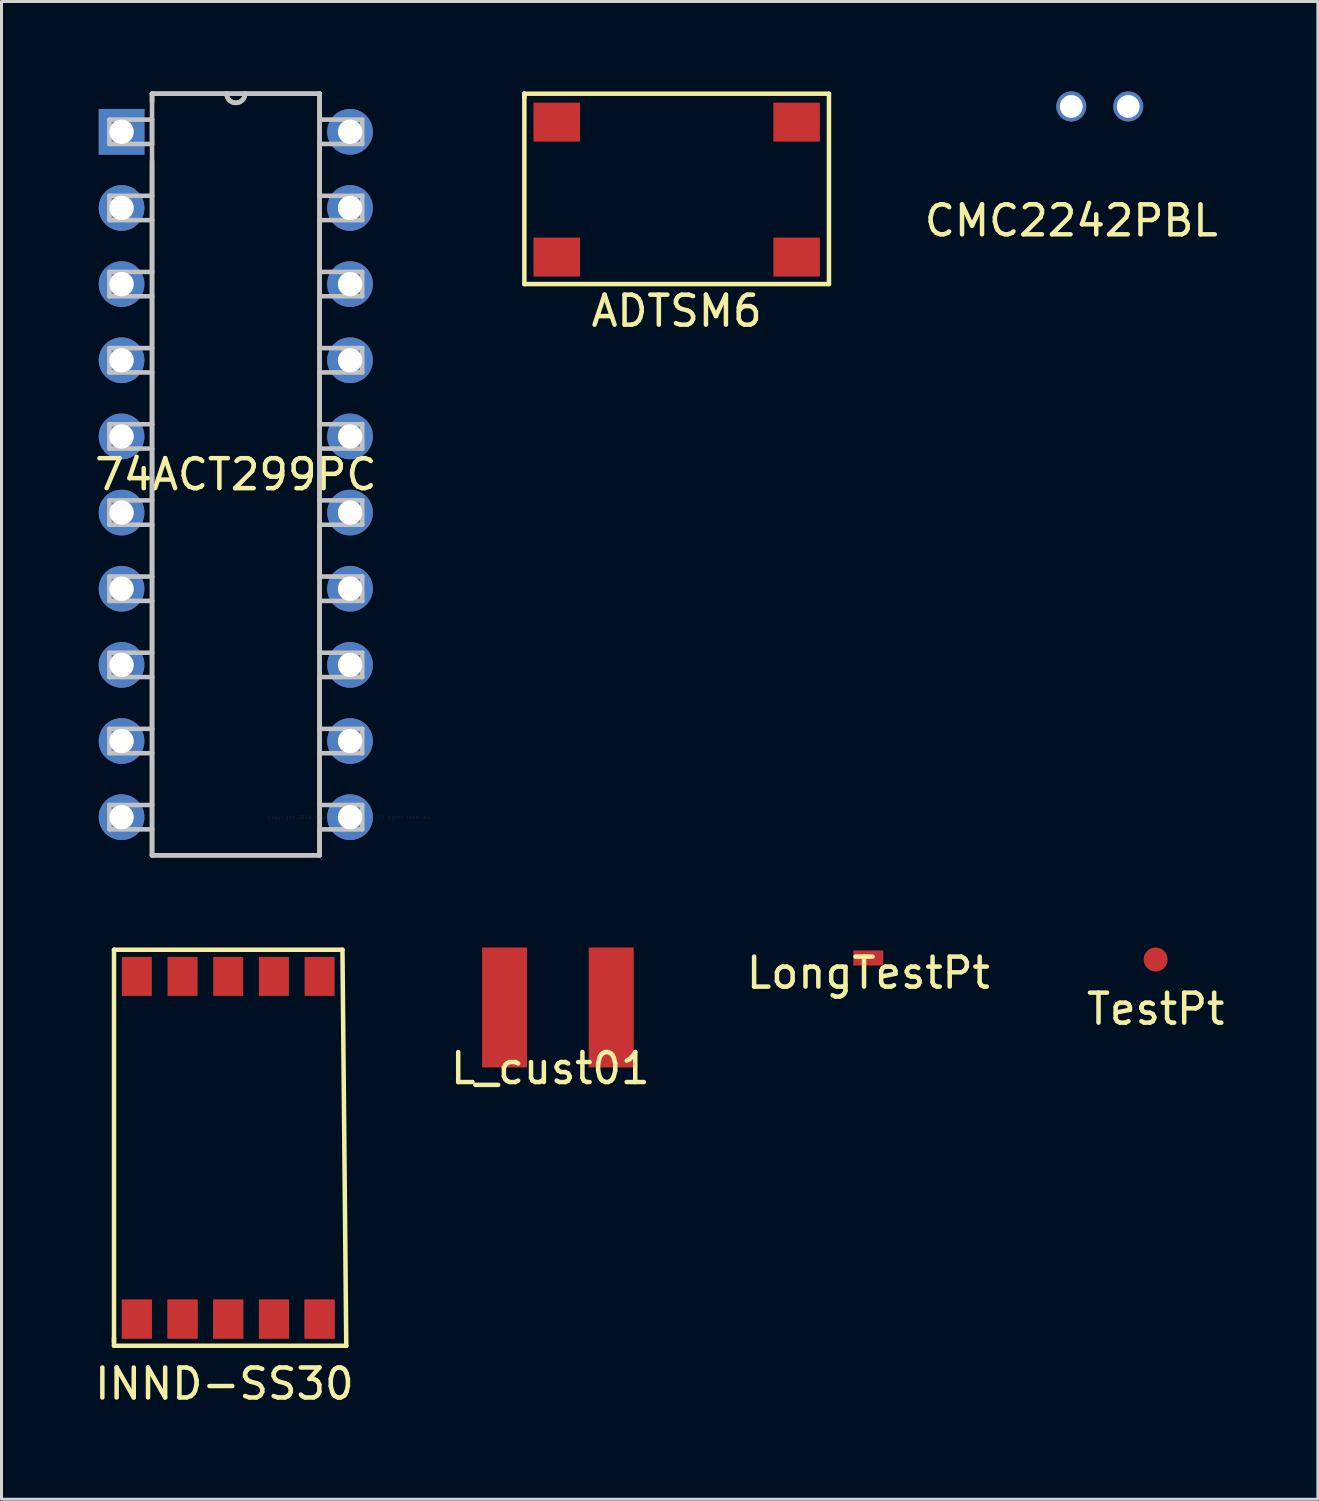
<source format=kicad_pcb>
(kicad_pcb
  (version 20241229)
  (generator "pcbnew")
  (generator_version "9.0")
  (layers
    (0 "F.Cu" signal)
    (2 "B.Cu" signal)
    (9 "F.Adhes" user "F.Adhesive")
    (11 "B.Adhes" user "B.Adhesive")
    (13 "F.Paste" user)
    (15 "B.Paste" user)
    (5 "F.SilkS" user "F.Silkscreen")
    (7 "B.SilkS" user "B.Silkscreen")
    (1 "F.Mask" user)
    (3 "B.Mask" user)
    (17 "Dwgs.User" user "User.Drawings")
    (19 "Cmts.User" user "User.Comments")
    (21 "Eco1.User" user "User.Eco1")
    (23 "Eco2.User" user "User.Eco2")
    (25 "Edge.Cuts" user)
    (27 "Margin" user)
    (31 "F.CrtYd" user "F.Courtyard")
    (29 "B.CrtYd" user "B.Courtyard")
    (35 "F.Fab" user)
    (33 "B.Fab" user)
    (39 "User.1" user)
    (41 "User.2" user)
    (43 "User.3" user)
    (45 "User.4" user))
  (footprint "ADTSM6"
    (layer "F.Cu")
    (at 19.519 3.123)
    (property "Reference" "ADTSM6" (at 0 4.2 0) (layer "F.SilkS") (effects (font (size 1 1) (thickness 0.15))))
    (attr through_hole)
    (fp_line (start -5.08 -3.048) (end -5.08 -2.921) (stroke (width 0.15) (type solid)) (layer "F.SilkS"))
    (fp_line (start -5.08 -3.048) (end 5.08 -3.048) (stroke (width 0.15) (type solid)) (layer "F.SilkS"))
    (fp_line (start -5.08 3.302) (end -5.08 -3.048) (stroke (width 0.15) (type solid)) (layer "F.SilkS"))
    (fp_line (start 5.08 -3.048) (end 5.08 3.302) (stroke (width 0.15) (type solid)) (layer "F.SilkS"))
    (fp_line (start 5.08 3.302) (end -5.08 3.302) (stroke (width 0.15) (type solid)) (layer "F.SilkS"))
    (pad "1" smd rect (at -4 -2.1) (size 1.55 1.3) (layers "F.Cu" "F.Mask" "F.Paste"))
    (pad "2" smd rect (at 4 -2.1) (size 1.55 1.3) (layers "F.Cu" "F.Mask" "F.Paste"))
    (pad "3" smd rect (at -4 2.4) (size 1.55 1.3) (layers "F.Cu" "F.Mask" "F.Paste"))
    (pad "4" smd rect (at 4 2.4) (size 1.55 1.3) (layers "F.Cu" "F.Mask" "F.Paste")))
  (footprint "TestPt"
    (layer "F.Cu")
    (at 35.494 28.952)
    (property "Reference" "TestPt" (at 0 1.651 0) (layer "F.SilkS") (effects (font (size 1 1) (thickness 0.15))))
    (attr through_hole)
    (pad "1" smd circle (at 0 0) (size 0.8 0.8) (layers "F.Cu" "F.Mask" "F.Paste")))
  (footprint "LongTestPt"
    (layer "F.Cu")
    (at 25.911 28.901)
    (property "Reference" "LongTestPt" (at 0 0.5 0) (layer "F.SilkS") (effects (font (size 1 1) (thickness 0.15))))
    (attr through_hole)
    (pad "1" smd rect (at 0 0) (size 1 0.5) (layers "F.Cu" "F.Mask" "F.Paste")))
  (footprint "L_cust01"
    (layer "F.Cu")
    (at 15.304 30.552)
    (property "Reference" "L_cust01" (at 0 2.032 0) (layer "F.SilkS") (effects (font (size 1 1) (thickness 0.15))))
    (attr through_hole)
    (pad "1" smd rect (at -1.524 0) (size 1.5 4) (layers "F.Cu" "F.Mask" "F.Paste"))
    (pad "2" smd rect (at 2.032 0) (size 1.5 4) (layers "F.Cu" "F.Mask" "F.Paste")))
  (footprint "74ACT299PC"
    (layer "F.Cu")
    (at 8.625 24.206)
    (property "Reference" "74ACT299PC" (at -3.81 -11.43 0) (layer "F.SilkS") (effects (font (size 1 1) (thickness 0.15))))
    (attr through_hole)
    (fp_line (start -6.604 -24.13) (end -6.604 -23.837) (stroke (width 0.152) (type solid)) (layer "F.SilkS"))
    (fp_line (start -6.604 -21.883) (end -6.604 -20.728) (stroke (width 0.152) (type solid)) (layer "F.SilkS"))
    (fp_line (start -6.604 -19.912) (end -6.604 -18.188) (stroke (width 0.152) (type solid)) (layer "F.SilkS"))
    (fp_line (start -6.604 -17.372) (end -6.604 -15.648) (stroke (width 0.152) (type solid)) (layer "F.SilkS"))
    (fp_line (start -6.604 -14.832) (end -6.604 -13.108) (stroke (width 0.152) (type solid)) (layer "F.SilkS"))
    (fp_line (start -6.604 -12.292) (end -6.604 -10.568) (stroke (width 0.152) (type solid)) (layer "F.SilkS"))
    (fp_line (start -6.604 -9.752) (end -6.604 -8.028) (stroke (width 0.152) (type solid)) (layer "F.SilkS"))
    (fp_line (start -6.604 -7.212) (end -6.604 -5.488) (stroke (width 0.152) (type solid)) (layer "F.SilkS"))
    (fp_line (start -6.604 -4.672) (end -6.604 -2.948) (stroke (width 0.152) (type solid)) (layer "F.SilkS"))
    (fp_line (start -6.604 -2.132) (end -6.604 -0.408) (stroke (width 0.152) (type solid)) (layer "F.SilkS"))
    (fp_line (start -6.604 0.408) (end -6.604 1.27) (stroke (width 0.152) (type solid)) (layer "F.SilkS"))
    (fp_line (start -6.604 1.27) (end -1.016 1.27) (stroke (width 0.152) (type solid)) (layer "F.SilkS"))
    (fp_line (start -1.016 -24.13) (end -6.604 -24.13) (stroke (width 0.152) (type solid)) (layer "F.SilkS"))
    (fp_line (start -1.016 -23.268) (end -1.016 -24.13) (stroke (width 0.152) (type solid)) (layer "F.SilkS"))
    (fp_line (start -1.016 -20.728) (end -1.016 -22.452) (stroke (width 0.152) (type solid)) (layer "F.SilkS"))
    (fp_line (start -1.016 -18.188) (end -1.016 -19.912) (stroke (width 0.152) (type solid)) (layer "F.SilkS"))
    (fp_line (start -1.016 -15.648) (end -1.016 -17.372) (stroke (width 0.152) (type solid)) (layer "F.SilkS"))
    (fp_line (start -1.016 -13.108) (end -1.016 -14.832) (stroke (width 0.152) (type solid)) (layer "F.SilkS"))
    (fp_line (start -1.016 -10.568) (end -1.016 -12.292) (stroke (width 0.152) (type solid)) (layer "F.SilkS"))
    (fp_line (start -1.016 -8.028) (end -1.016 -9.752) (stroke (width 0.152) (type solid)) (layer "F.SilkS"))
    (fp_line (start -1.016 -5.488) (end -1.016 -7.212) (stroke (width 0.152) (type solid)) (layer "F.SilkS"))
    (fp_line (start -1.016 -2.948) (end -1.016 -4.672) (stroke (width 0.152) (type solid)) (layer "F.SilkS"))
    (fp_line (start -1.016 -0.408) (end -1.016 -2.132) (stroke (width 0.152) (type solid)) (layer "F.SilkS"))
    (fp_line (start -1.016 1.27) (end -1.016 0.408) (stroke (width 0.152) (type solid)) (layer "F.SilkS"))
    (fp_arc (start -3.5052 -24.13) (mid -3.81 -23.8252) (end -4.1148 -24.13) (stroke (width 0.1524) (type solid)) (layer "F.SilkS"))
    (fp_line (start -8.026 -23.266) (end -8.026 -22.454) (stroke (width 0.152) (type solid)) (layer "Dwgs.User"))
    (fp_line (start -8.026 -22.454) (end -6.604 -22.454) (stroke (width 0.152) (type solid)) (layer "Dwgs.User"))
    (fp_line (start -8.026 -20.726) (end -8.026 -19.914) (stroke (width 0.152) (type solid)) (layer "Dwgs.User"))
    (fp_line (start -8.026 -19.914) (end -6.604 -19.914) (stroke (width 0.152) (type solid)) (layer "Dwgs.User"))
    (fp_line (start -8.026 -18.186) (end -8.026 -17.374) (stroke (width 0.152) (type solid)) (layer "Dwgs.User"))
    (fp_line (start -8.026 -17.374) (end -6.604 -17.374) (stroke (width 0.152) (type solid)) (layer "Dwgs.User"))
    (fp_line (start -8.026 -15.646) (end -8.026 -14.834) (stroke (width 0.152) (type solid)) (layer "Dwgs.User"))
    (fp_line (start -8.026 -14.834) (end -6.604 -14.834) (stroke (width 0.152) (type solid)) (layer "Dwgs.User"))
    (fp_line (start -8.026 -13.106) (end -8.026 -12.294) (stroke (width 0.152) (type solid)) (layer "Dwgs.User"))
    (fp_line (start -8.026 -12.294) (end -6.604 -12.294) (stroke (width 0.152) (type solid)) (layer "Dwgs.User"))
    (fp_line (start -8.026 -10.566) (end -8.026 -9.754) (stroke (width 0.152) (type solid)) (layer "Dwgs.User"))
    (fp_line (start -8.026 -9.754) (end -6.604 -9.754) (stroke (width 0.152) (type solid)) (layer "Dwgs.User"))
    (fp_line (start -8.026 -8.026) (end -8.026 -7.214) (stroke (width 0.152) (type solid)) (layer "Dwgs.User"))
    (fp_line (start -8.026 -7.214) (end -6.604 -7.214) (stroke (width 0.152) (type solid)) (layer "Dwgs.User"))
    (fp_line (start -8.026 -5.486) (end -8.026 -4.674) (stroke (width 0.152) (type solid)) (layer "Dwgs.User"))
    (fp_line (start -8.026 -4.674) (end -6.604 -4.674) (stroke (width 0.152) (type solid)) (layer "Dwgs.User"))
    (fp_line (start -8.026 -2.946) (end -8.026 -2.134) (stroke (width 0.152) (type solid)) (layer "Dwgs.User"))
    (fp_line (start -8.026 -2.134) (end -6.604 -2.134) (stroke (width 0.152) (type solid)) (layer "Dwgs.User"))
    (fp_line (start -8.026 -0.406) (end -8.026 0.406) (stroke (width 0.152) (type solid)) (layer "Dwgs.User"))
    (fp_line (start -8.026 0.406) (end -6.604 0.406) (stroke (width 0.152) (type solid)) (layer "Dwgs.User"))
    (fp_line (start -6.604 -24.13) (end -6.604 1.27) (stroke (width 0.152) (type solid)) (layer "Dwgs.User"))
    (fp_line (start -6.604 -23.266) (end -8.026 -23.266) (stroke (width 0.152) (type solid)) (layer "Dwgs.User"))
    (fp_line (start -6.604 -22.454) (end -6.604 -23.266) (stroke (width 0.152) (type solid)) (layer "Dwgs.User"))
    (fp_line (start -6.604 -20.726) (end -8.026 -20.726) (stroke (width 0.152) (type solid)) (layer "Dwgs.User"))
    (fp_line (start -6.604 -19.914) (end -6.604 -20.726) (stroke (width 0.152) (type solid)) (layer "Dwgs.User"))
    (fp_line (start -6.604 -18.186) (end -8.026 -18.186) (stroke (width 0.152) (type solid)) (layer "Dwgs.User"))
    (fp_line (start -6.604 -17.374) (end -6.604 -18.186) (stroke (width 0.152) (type solid)) (layer "Dwgs.User"))
    (fp_line (start -6.604 -15.646) (end -8.026 -15.646) (stroke (width 0.152) (type solid)) (layer "Dwgs.User"))
    (fp_line (start -6.604 -14.834) (end -6.604 -15.646) (stroke (width 0.152) (type solid)) (layer "Dwgs.User"))
    (fp_line (start -6.604 -13.106) (end -8.026 -13.106) (stroke (width 0.152) (type solid)) (layer "Dwgs.User"))
    (fp_line (start -6.604 -12.294) (end -6.604 -13.106) (stroke (width 0.152) (type solid)) (layer "Dwgs.User"))
    (fp_line (start -6.604 -10.566) (end -8.026 -10.566) (stroke (width 0.152) (type solid)) (layer "Dwgs.User"))
    (fp_line (start -6.604 -9.754) (end -6.604 -10.566) (stroke (width 0.152) (type solid)) (layer "Dwgs.User"))
    (fp_line (start -6.604 -8.026) (end -8.026 -8.026) (stroke (width 0.152) (type solid)) (layer "Dwgs.User"))
    (fp_line (start -6.604 -7.214) (end -6.604 -8.026) (stroke (width 0.152) (type solid)) (layer "Dwgs.User"))
    (fp_line (start -6.604 -5.486) (end -8.026 -5.486) (stroke (width 0.152) (type solid)) (layer "Dwgs.User"))
    (fp_line (start -6.604 -4.674) (end -6.604 -5.486) (stroke (width 0.152) (type solid)) (layer "Dwgs.User"))
    (fp_line (start -6.604 -2.946) (end -8.026 -2.946) (stroke (width 0.152) (type solid)) (layer "Dwgs.User"))
    (fp_line (start -6.604 -2.134) (end -6.604 -2.946) (stroke (width 0.152) (type solid)) (layer "Dwgs.User"))
    (fp_line (start -6.604 -0.406) (end -8.026 -0.406) (stroke (width 0.152) (type solid)) (layer "Dwgs.User"))
    (fp_line (start -6.604 0.406) (end -6.604 -0.406) (stroke (width 0.152) (type solid)) (layer "Dwgs.User"))
    (fp_line (start -6.604 1.27) (end -1.016 1.27) (stroke (width 0.152) (type solid)) (layer "Dwgs.User"))
    (fp_line (start -1.016 -24.13) (end -6.604 -24.13) (stroke (width 0.152) (type solid)) (layer "Dwgs.User"))
    (fp_line (start -1.016 -23.266) (end -1.016 -22.454) (stroke (width 0.152) (type solid)) (layer "Dwgs.User"))
    (fp_line (start -1.016 -22.454) (end 0.406 -22.454) (stroke (width 0.152) (type solid)) (layer "Dwgs.User"))
    (fp_line (start -1.016 -20.726) (end -1.016 -19.914) (stroke (width 0.152) (type solid)) (layer "Dwgs.User"))
    (fp_line (start -1.016 -19.914) (end 0.406 -19.914) (stroke (width 0.152) (type solid)) (layer "Dwgs.User"))
    (fp_line (start -1.016 -18.186) (end -1.016 -17.374) (stroke (width 0.152) (type solid)) (layer "Dwgs.User"))
    (fp_line (start -1.016 -17.374) (end 0.406 -17.374) (stroke (width 0.152) (type solid)) (layer "Dwgs.User"))
    (fp_line (start -1.016 -15.646) (end -1.016 -14.834) (stroke (width 0.152) (type solid)) (layer "Dwgs.User"))
    (fp_line (start -1.016 -14.834) (end 0.406 -14.834) (stroke (width 0.152) (type solid)) (layer "Dwgs.User"))
    (fp_line (start -1.016 -13.106) (end -1.016 -12.294) (stroke (width 0.152) (type solid)) (layer "Dwgs.User"))
    (fp_line (start -1.016 -12.294) (end 0.406 -12.294) (stroke (width 0.152) (type solid)) (layer "Dwgs.User"))
    (fp_line (start -1.016 -10.566) (end -1.016 -9.754) (stroke (width 0.152) (type solid)) (layer "Dwgs.User"))
    (fp_line (start -1.016 -9.754) (end 0.406 -9.754) (stroke (width 0.152) (type solid)) (layer "Dwgs.User"))
    (fp_line (start -1.016 -8.026) (end -1.016 -7.214) (stroke (width 0.152) (type solid)) (layer "Dwgs.User"))
    (fp_line (start -1.016 -7.214) (end 0.406 -7.214) (stroke (width 0.152) (type solid)) (layer "Dwgs.User"))
    (fp_line (start -1.016 -5.486) (end -1.016 -4.674) (stroke (width 0.152) (type solid)) (layer "Dwgs.User"))
    (fp_line (start -1.016 -4.674) (end 0.406 -4.674) (stroke (width 0.152) (type solid)) (layer "Dwgs.User"))
    (fp_line (start -1.016 -2.946) (end -1.016 -2.134) (stroke (width 0.152) (type solid)) (layer "Dwgs.User"))
    (fp_line (start -1.016 -2.134) (end 0.406 -2.134) (stroke (width 0.152) (type solid)) (layer "Dwgs.User"))
    (fp_line (start -1.016 -0.406) (end -1.016 0.406) (stroke (width 0.152) (type solid)) (layer "Dwgs.User"))
    (fp_line (start -1.016 0.406) (end 0.406 0.406) (stroke (width 0.152) (type solid)) (layer "Dwgs.User"))
    (fp_line (start -1.016 1.27) (end -1.016 -24.13) (stroke (width 0.152) (type solid)) (layer "Dwgs.User"))
    (fp_line (start 0.406 -23.266) (end -1.016 -23.266) (stroke (width 0.152) (type solid)) (layer "Dwgs.User"))
    (fp_line (start 0.406 -22.454) (end 0.406 -23.266) (stroke (width 0.152) (type solid)) (layer "Dwgs.User"))
    (fp_line (start 0.406 -20.726) (end -1.016 -20.726) (stroke (width 0.152) (type solid)) (layer "Dwgs.User"))
    (fp_line (start 0.406 -19.914) (end 0.406 -20.726) (stroke (width 0.152) (type solid)) (layer "Dwgs.User"))
    (fp_line (start 0.406 -18.186) (end -1.016 -18.186) (stroke (width 0.152) (type solid)) (layer "Dwgs.User"))
    (fp_line (start 0.406 -17.374) (end 0.406 -18.186) (stroke (width 0.152) (type solid)) (layer "Dwgs.User"))
    (fp_line (start 0.406 -15.646) (end -1.016 -15.646) (stroke (width 0.152) (type solid)) (layer "Dwgs.User"))
    (fp_line (start 0.406 -14.834) (end 0.406 -15.646) (stroke (width 0.152) (type solid)) (layer "Dwgs.User"))
    (fp_line (start 0.406 -13.106) (end -1.016 -13.106) (stroke (width 0.152) (type solid)) (layer "Dwgs.User"))
    (fp_line (start 0.406 -12.294) (end 0.406 -13.106) (stroke (width 0.152) (type solid)) (layer "Dwgs.User"))
    (fp_line (start 0.406 -10.566) (end -1.016 -10.566) (stroke (width 0.152) (type solid)) (layer "Dwgs.User"))
    (fp_line (start 0.406 -9.754) (end 0.406 -10.566) (stroke (width 0.152) (type solid)) (layer "Dwgs.User"))
    (fp_line (start 0.406 -8.026) (end -1.016 -8.026) (stroke (width 0.152) (type solid)) (layer "Dwgs.User"))
    (fp_line (start 0.406 -7.214) (end 0.406 -8.026) (stroke (width 0.152) (type solid)) (layer "Dwgs.User"))
    (fp_line (start 0.406 -5.486) (end -1.016 -5.486) (stroke (width 0.152) (type solid)) (layer "Dwgs.User"))
    (fp_line (start 0.406 -4.674) (end 0.406 -5.486) (stroke (width 0.152) (type solid)) (layer "Dwgs.User"))
    (fp_line (start 0.406 -2.946) (end -1.016 -2.946) (stroke (width 0.152) (type solid)) (layer "Dwgs.User"))
    (fp_line (start 0.406 -2.134) (end 0.406 -2.946) (stroke (width 0.152) (type solid)) (layer "Dwgs.User"))
    (fp_line (start 0.406 -0.406) (end -1.016 -0.406) (stroke (width 0.152) (type solid)) (layer "Dwgs.User"))
    (fp_line (start 0.406 0.406) (end 0.406 -0.406) (stroke (width 0.152) (type solid)) (layer "Dwgs.User"))
    (fp_arc (start -3.5052 -24.13) (mid -3.81 -23.8252) (end -4.1148 -24.13) (stroke (width 0.1524) (type solid)) (layer "Dwgs.User"))
    (fp_text user "Copyright 2016 Accelerated Designs. All rights reserved." (at 0 0 0) (layer "Cmts.User") (effects (font (size 0.127 0.127) (thickness 0.002))))
    (pad "1" thru_hole rect (at -7.62 -22.86) (size 1.524 1.524) (drill 0.813) (layers "*.Cu" "*.Mask"))
    (pad "2" thru_hole circle (at -7.62 -20.32) (size 1.524 1.524) (drill 0.813) (layers "*.Cu" "*.Mask"))
    (pad "3" thru_hole circle (at -7.62 -17.78) (size 1.524 1.524) (drill 0.813) (layers "*.Cu" "*.Mask"))
    (pad "4" thru_hole circle (at -7.62 -15.24) (size 1.524 1.524) (drill 0.813) (layers "*.Cu" "*.Mask"))
    (pad "5" thru_hole circle (at -7.62 -12.7) (size 1.524 1.524) (drill 0.813) (layers "*.Cu" "*.Mask"))
    (pad "6" thru_hole circle (at -7.62 -10.16) (size 1.524 1.524) (drill 0.813) (layers "*.Cu" "*.Mask"))
    (pad "7" thru_hole circle (at -7.62 -7.62) (size 1.524 1.524) (drill 0.813) (layers "*.Cu" "*.Mask"))
    (pad "8" thru_hole circle (at -7.62 -5.08) (size 1.524 1.524) (drill 0.813) (layers "*.Cu" "*.Mask"))
    (pad "9" thru_hole circle (at -7.62 -2.54) (size 1.524 1.524) (drill 0.813) (layers "*.Cu" "*.Mask"))
    (pad "10" thru_hole circle (at -7.62 0) (size 1.524 1.524) (drill 0.813) (layers "*.Cu" "*.Mask"))
    (pad "11" thru_hole circle (at 0 0) (size 1.524 1.524) (drill 0.813) (layers "*.Cu" "*.Mask"))
    (pad "12" thru_hole circle (at 0 -2.54) (size 1.524 1.524) (drill 0.813) (layers "*.Cu" "*.Mask"))
    (pad "13" thru_hole circle (at 0 -5.08) (size 1.524 1.524) (drill 0.813) (layers "*.Cu" "*.Mask"))
    (pad "14" thru_hole circle (at 0 -7.62) (size 1.524 1.524) (drill 0.813) (layers "*.Cu" "*.Mask"))
    (pad "15" thru_hole circle (at 0 -10.16) (size 1.524 1.524) (drill 0.813) (layers "*.Cu" "*.Mask"))
    (pad "16" thru_hole circle (at 0 -12.7) (size 1.524 1.524) (drill 0.813) (layers "*.Cu" "*.Mask"))
    (pad "17" thru_hole circle (at 0 -15.24) (size 1.524 1.524) (drill 0.813) (layers "*.Cu" "*.Mask"))
    (pad "18" thru_hole circle (at 0 -17.78) (size 1.524 1.524) (drill 0.813) (layers "*.Cu" "*.Mask"))
    (pad "19" thru_hole circle (at 0 -20.32) (size 1.524 1.524) (drill 0.813) (layers "*.Cu" "*.Mask"))
    (pad "20" thru_hole circle (at 0 -22.86) (size 1.524 1.524) (drill 0.813) (layers "*.Cu" "*.Mask")))
  (footprint "CMC2242PBL"
    (layer "F.Cu")
    (at 32.68 0.5)
    (property "Reference" "CMC2242PBL" (at 0 3.81 0) (layer "F.SilkS") (effects (font (size 1 1) (thickness 0.15))))
    (attr through_hole)
    (pad "1" thru_hole circle (at 0 0) (size 1 1) (drill 0.762) (layers "*.Cu" "*.Mask"))
    (pad "2" thru_hole circle (at 1.9 0) (size 1 1) (drill 0.762) (layers "*.Cu" "*.Mask")))
  (footprint "INND-SS30"
    (layer "F.Cu")
    (at 4.435 35.358)
    (property "Reference" "INND-SS30" (at 0 7.747 0) (layer "F.SilkS") (effects (font (size 1 1) (thickness 0.15))))
    (attr through_hole)
    (fp_line (start -3.683 -6.731) (end 3.937 -6.731) (stroke (width 0.15) (type solid)) (layer "F.SilkS"))
    (fp_line (start -3.683 6.35) (end -3.683 -6.731) (stroke (width 0.15) (type solid)) (layer "F.SilkS"))
    (fp_line (start -3.683 6.477) (end -3.683 6.223) (stroke (width 0.15) (type solid)) (layer "F.SilkS"))
    (fp_line (start 3.937 -6.731) (end 4.064 6.477) (stroke (width 0.15) (type solid)) (layer "F.SilkS"))
    (fp_line (start 4.064 6.477) (end -3.683 6.477) (stroke (width 0.15) (type solid)) (layer "F.SilkS"))
    (pad "1" smd rect (at -2.921 5.588) (size 1 1.3) (layers "F.Cu" "F.Mask" "F.Paste"))
    (pad "1" smd rect (at -2.921 5.588) (size 1 1.3) (layers "F.Cu" "F.Mask" "F.Paste"))
    (pad "2" smd rect (at -1.397 5.588) (size 1 1.3) (layers "F.Cu" "F.Mask" "F.Paste"))
    (pad "2" smd rect (at -1.397 5.588) (size 1 1.3) (layers "F.Cu" "F.Mask" "F.Paste"))
    (pad "3" smd rect (at 0.127 5.588) (size 1 1.3) (layers "F.Cu" "F.Mask" "F.Paste"))
    (pad "3" smd rect (at 0.127 5.588) (size 1 1.3) (layers "F.Cu" "F.Mask" "F.Paste"))
    (pad "4" smd rect (at 1.651 5.588) (size 1 1.3) (layers "F.Cu" "F.Mask" "F.Paste"))
    (pad "4" smd rect (at 1.651 5.588) (size 1 1.3) (layers "F.Cu" "F.Mask" "F.Paste"))
    (pad "5" smd rect (at 3.175 5.588) (size 1 1.3) (layers "F.Cu" "F.Mask" "F.Paste"))
    (pad "5" smd rect (at 3.175 5.588) (size 1 1.3) (layers "F.Cu" "F.Mask" "F.Paste"))
    (pad "6" smd rect (at 3.175 -5.842) (size 1 1.3) (layers "F.Cu" "F.Mask" "F.Paste"))
    (pad "7" smd rect (at 1.651 -5.842) (size 1 1.3) (layers "F.Cu" "F.Mask" "F.Paste"))
    (pad "8" smd rect (at 0.127 -5.842) (size 1 1.3) (layers "F.Cu" "F.Mask" "F.Paste"))
    (pad "9" smd rect (at -1.397 -5.842) (size 1 1.3) (layers "F.Cu" "F.Mask" "F.Paste"))
    (pad "10" smd rect (at -2.921 -5.842) (size 1 1.3) (layers "F.Cu" "F.Mask" "F.Paste")))
  (gr_rect
    (start -3 -3)
    (end 40.905 46.954)
    (stroke (width 0.1) (type default))
    (fill no)
    (layer "Edge.Cuts")))
</source>
